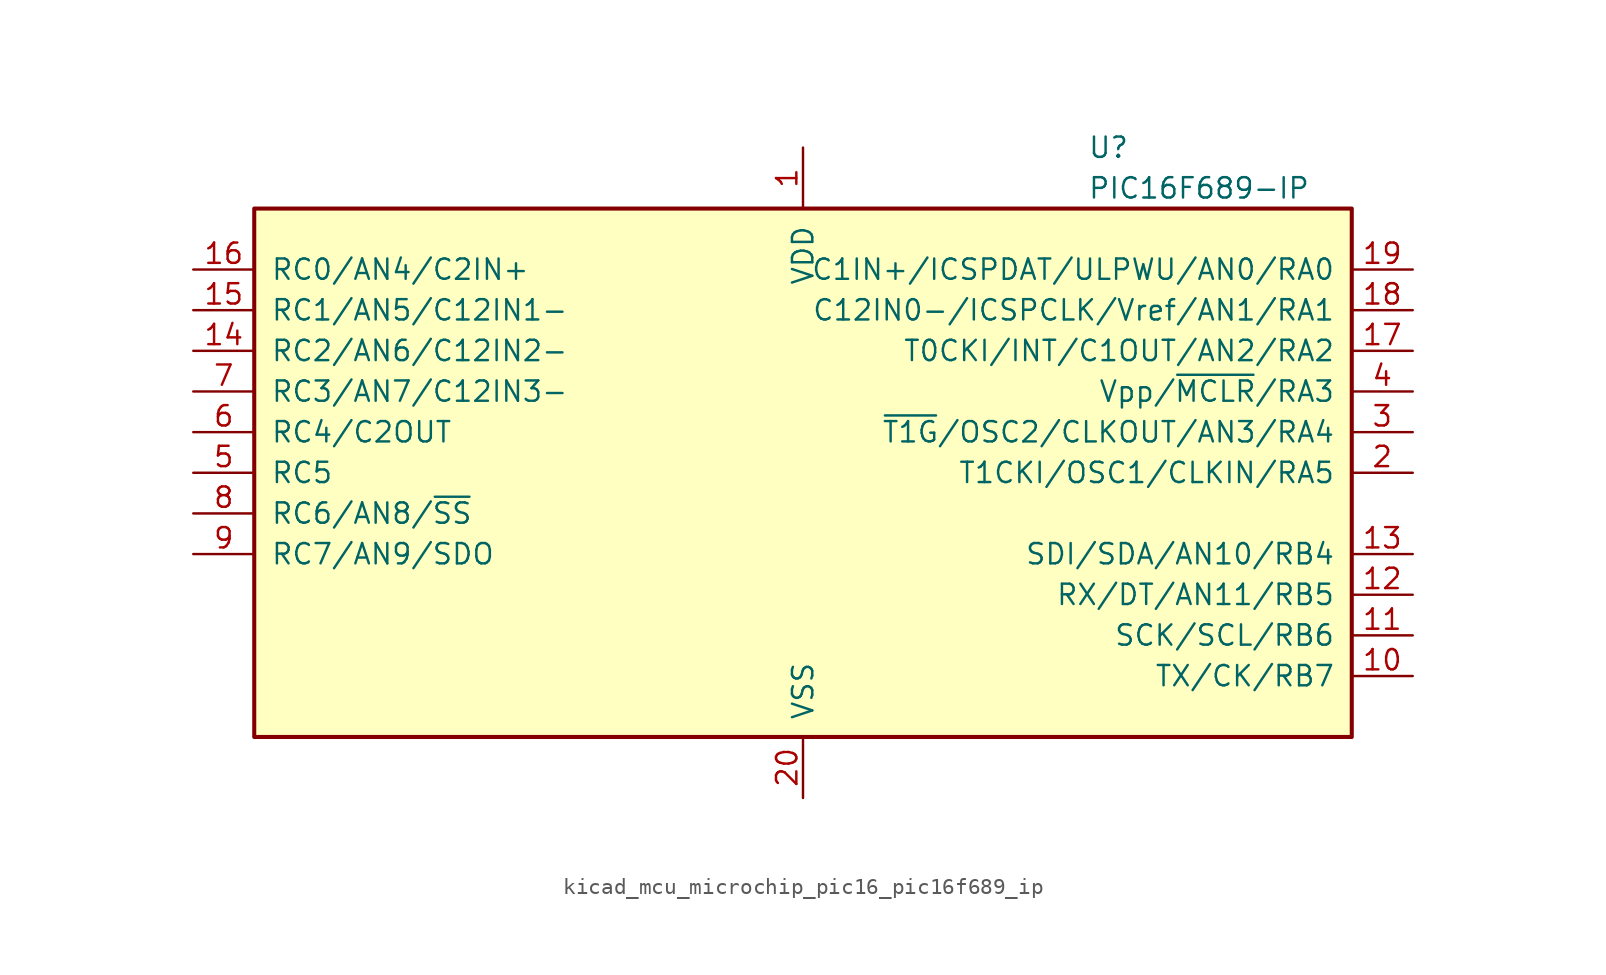
<source format=kicad_sym>
(kicad_symbol_lib
  (version 20220914)
  (generator kicad_symbol_editor)
  (symbol "kicad_mcu_microchip_pic16_pic16f689_ip"
    (pin_names
      (offset 1.016))
    (property "Reference" "U"
      (at 17.78 20.32 0)
      (effects (font (size 1.27 1.27)) (justify left)))
    (property "Value" "PIC16F689-IP"
      (at 17.78 17.78 0)
      (effects (font (size 1.27 1.27)) (justify left)))
    (symbol "kicad_mcu_microchip_pic16_pic16f689_ip_0_1"
      (rectangle (start -34.29 16.51) (end 34.29 -16.51) (stroke (width 0.254) (type default)) (fill (type background))))
    (symbol "kicad_mcu_microchip_pic16_pic16f689_ip_1_1"
      (pin power_in line (at 0 20.32 270) (length 3.81) (name "VDD" (effects (font (size 1.27 1.27)))) (number "1" (effects (font (size 1.27 1.27)))))
      (pin bidirectional line (at 38.1 -12.7 180) (length 3.81) (name "TX/CK/RB7" (effects (font (size 1.27 1.27)))) (number "10" (effects (font (size 1.27 1.27)))))
      (pin bidirectional line (at 38.1 -10.16 180) (length 3.81) (name "SCK/SCL/RB6" (effects (font (size 1.27 1.27)))) (number "11" (effects (font (size 1.27 1.27)))))
      (pin bidirectional line (at 38.1 -7.62 180) (length 3.81) (name "RX/DT/AN11/RB5" (effects (font (size 1.27 1.27)))) (number "12" (effects (font (size 1.27 1.27)))))
      (pin bidirectional line (at 38.1 -5.08 180) (length 3.81) (name "SDI/SDA/AN10/RB4" (effects (font (size 1.27 1.27)))) (number "13" (effects (font (size 1.27 1.27)))))
      (pin bidirectional line (at -38.1 7.62 0) (length 3.81) (name "RC2/AN6/C12IN2-" (effects (font (size 1.27 1.27)))) (number "14" (effects (font (size 1.27 1.27)))))
      (pin bidirectional line (at -38.1 10.16 0) (length 3.81) (name "RC1/AN5/C12IN1-" (effects (font (size 1.27 1.27)))) (number "15" (effects (font (size 1.27 1.27)))))
      (pin bidirectional line (at -38.1 12.7 0) (length 3.81) (name "RC0/AN4/C2IN+" (effects (font (size 1.27 1.27)))) (number "16" (effects (font (size 1.27 1.27)))))
      (pin bidirectional line (at 38.1 7.62 180) (length 3.81) (name "T0CKI/INT/C1OUT/AN2/RA2" (effects (font (size 1.27 1.27)))) (number "17" (effects (font (size 1.27 1.27)))))
      (pin bidirectional line (at 38.1 10.16 180) (length 3.81) (name "C12IN0-/ICSPCLK/Vref/AN1/RA1" (effects (font (size 1.27 1.27)))) (number "18" (effects (font (size 1.27 1.27)))))
      (pin bidirectional line (at 38.1 12.7 180) (length 3.81) (name "C1IN+/ICSPDAT/ULPWU/AN0/RA0" (effects (font (size 1.27 1.27)))) (number "19" (effects (font (size 1.27 1.27)))))
      (pin bidirectional line (at 38.1 0 180) (length 3.81) (name "T1CKI/OSC1/CLKIN/RA5" (effects (font (size 1.27 1.27)))) (number "2" (effects (font (size 1.27 1.27)))))
      (pin power_in line (at 0 -20.32 90) (length 3.81) (name "VSS" (effects (font (size 1.27 1.27)))) (number "20" (effects (font (size 1.27 1.27)))))
      (pin bidirectional line (at 38.1 2.54 180) (length 3.81) (name "~{T1G}/OSC2/CLKOUT/AN3/RA4" (effects (font (size 1.27 1.27)))) (number "3" (effects (font (size 1.27 1.27)))))
      (pin input line (at 38.1 5.08 180) (length 3.81) (name "Vpp/~{MCLR}/RA3" (effects (font (size 1.27 1.27)))) (number "4" (effects (font (size 1.27 1.27)))))
      (pin bidirectional line (at -38.1 0 0) (length 3.81) (name "RC5" (effects (font (size 1.27 1.27)))) (number "5" (effects (font (size 1.27 1.27)))))
      (pin bidirectional line (at -38.1 2.54 0) (length 3.81) (name "RC4/C2OUT" (effects (font (size 1.27 1.27)))) (number "6" (effects (font (size 1.27 1.27)))))
      (pin bidirectional line (at -38.1 5.08 0) (length 3.81) (name "RC3/AN7/C12IN3-" (effects (font (size 1.27 1.27)))) (number "7" (effects (font (size 1.27 1.27)))))
      (pin bidirectional line (at -38.1 -2.54 0) (length 3.81) (name "RC6/AN8/~{SS}" (effects (font (size 1.27 1.27)))) (number "8" (effects (font (size 1.27 1.27)))))
      (pin bidirectional line (at -38.1 -5.08 0) (length 3.81) (name "RC7/AN9/SDO" (effects (font (size 1.27 1.27)))) (number "9" (effects (font (size 1.27 1.27))))))))
</source>
